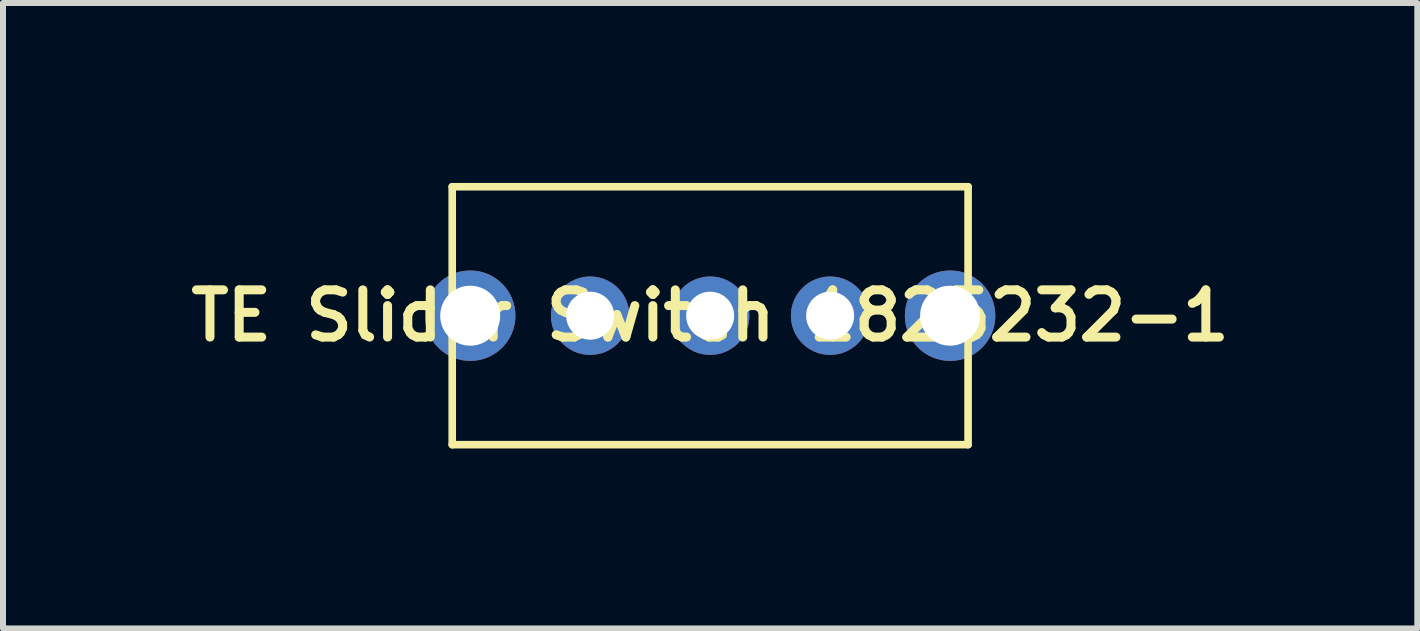
<source format=kicad_pcb>
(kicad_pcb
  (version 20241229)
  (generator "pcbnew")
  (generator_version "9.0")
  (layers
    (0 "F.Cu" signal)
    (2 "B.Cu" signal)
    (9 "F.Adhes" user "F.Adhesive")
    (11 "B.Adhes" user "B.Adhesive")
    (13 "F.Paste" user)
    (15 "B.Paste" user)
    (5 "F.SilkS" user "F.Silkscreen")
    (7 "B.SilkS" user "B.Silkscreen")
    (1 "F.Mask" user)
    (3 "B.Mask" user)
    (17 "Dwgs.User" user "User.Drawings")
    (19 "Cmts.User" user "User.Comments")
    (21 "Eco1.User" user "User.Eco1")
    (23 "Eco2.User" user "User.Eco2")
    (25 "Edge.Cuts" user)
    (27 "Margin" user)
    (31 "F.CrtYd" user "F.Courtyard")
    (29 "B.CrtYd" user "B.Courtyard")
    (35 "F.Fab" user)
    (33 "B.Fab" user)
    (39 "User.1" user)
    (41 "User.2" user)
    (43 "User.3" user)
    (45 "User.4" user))
  (footprint "TE Slider Switch 1825232-1"
    (layer "F.Cu")
    (at 8.789 2.213)
    (property "Reference" "TE Slider Switch 1825232-1" (at 0 0 0) (layer "F.SilkS") (effects (font (size 0.787 0.787) (thickness 0.15))))
    (attr through_hole)
    (fp_line (start -4.3 -2.15) (end 4.3 -2.15) (stroke (width 0.127) (type solid)) (layer "F.SilkS"))
    (fp_line (start -4.3 2.15) (end -4.3 -2.15) (stroke (width 0.127) (type solid)) (layer "F.SilkS"))
    (fp_line (start 4.3 -2.15) (end 4.3 2.15) (stroke (width 0.127) (type solid)) (layer "F.SilkS"))
    (fp_line (start 4.3 2.15) (end -4.3 2.15) (stroke (width 0.127) (type solid)) (layer "F.SilkS"))
    (pad "1" thru_hole circle (at -2 0) (size 1.308 1.308) (drill 0.8) (layers "*.Cu" "*.Mask"))
    (pad "2" thru_hole circle (at 0 0) (size 1.308 1.308) (drill 0.8) (layers "*.Cu" "*.Mask"))
    (pad "3" thru_hole circle (at 2 0) (size 1.308 1.308) (drill 0.8) (layers "*.Cu" "*.Mask"))
    (pad "GND" thru_hole circle (at -4 0) (size 1.508 1.508) (drill 1) (layers "*.Cu" "*.Mask"))
    (pad "GND1" thru_hole circle (at 4 0) (size 1.508 1.508) (drill 1) (layers "*.Cu" "*.Mask")))
  (gr_rect
    (start -3 -3)
    (end 20.578 7.427)
    (stroke (width 0.1) (type default))
    (fill no)
    (layer "Edge.Cuts")))
</source>
